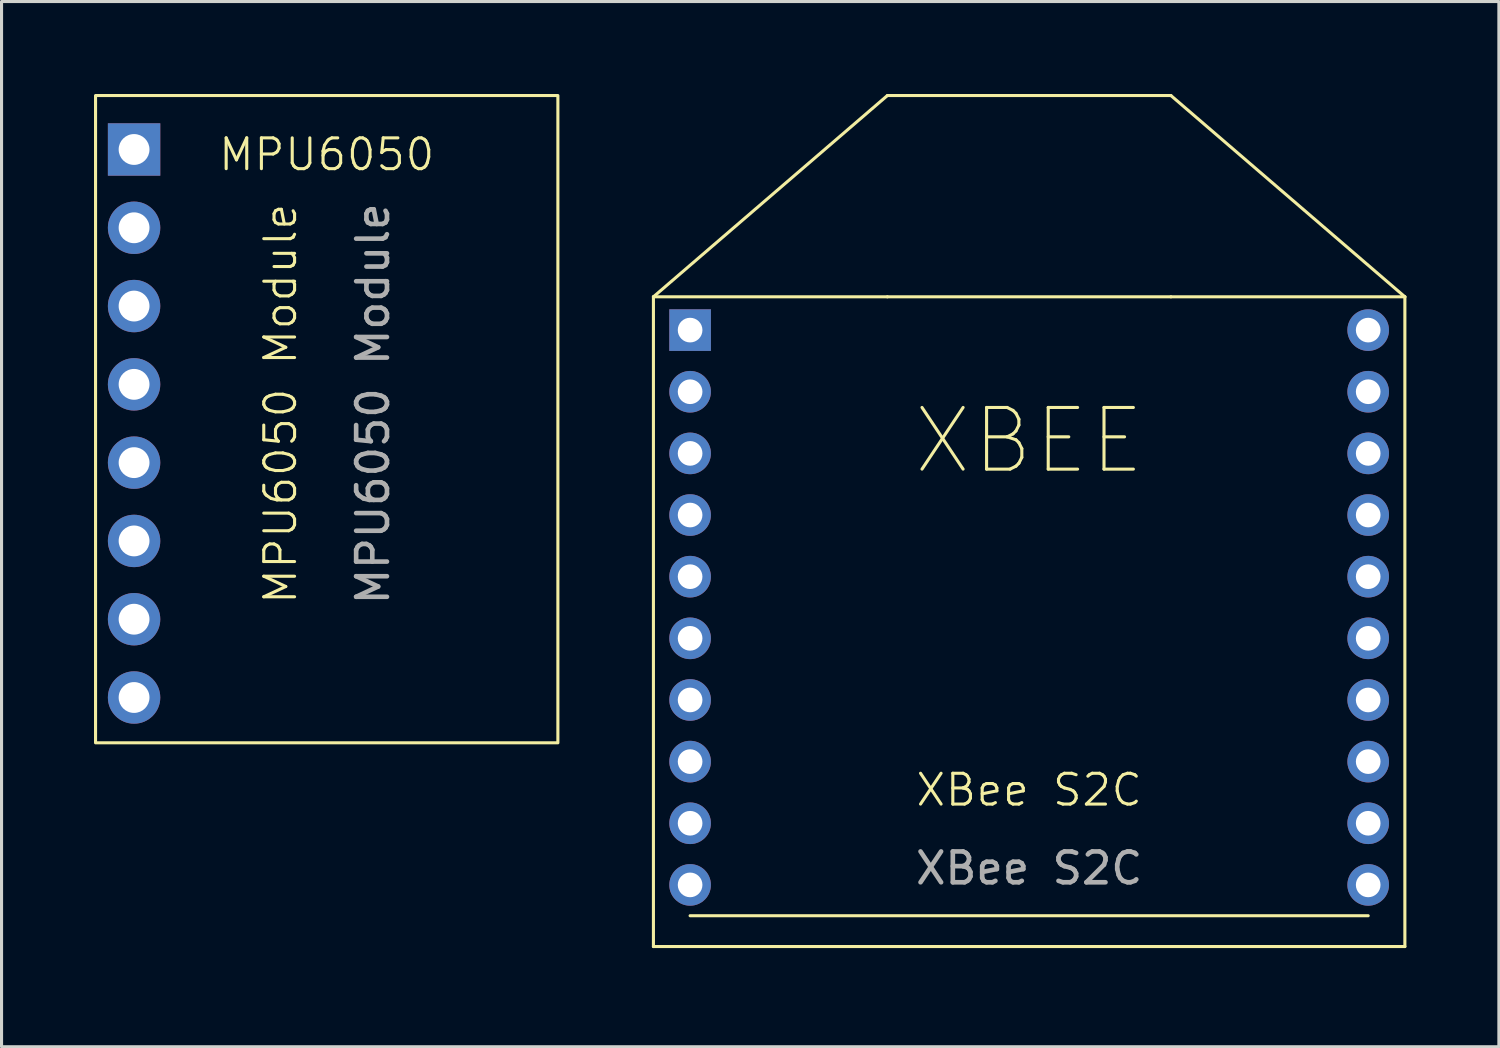
<source format=kicad_pcb>
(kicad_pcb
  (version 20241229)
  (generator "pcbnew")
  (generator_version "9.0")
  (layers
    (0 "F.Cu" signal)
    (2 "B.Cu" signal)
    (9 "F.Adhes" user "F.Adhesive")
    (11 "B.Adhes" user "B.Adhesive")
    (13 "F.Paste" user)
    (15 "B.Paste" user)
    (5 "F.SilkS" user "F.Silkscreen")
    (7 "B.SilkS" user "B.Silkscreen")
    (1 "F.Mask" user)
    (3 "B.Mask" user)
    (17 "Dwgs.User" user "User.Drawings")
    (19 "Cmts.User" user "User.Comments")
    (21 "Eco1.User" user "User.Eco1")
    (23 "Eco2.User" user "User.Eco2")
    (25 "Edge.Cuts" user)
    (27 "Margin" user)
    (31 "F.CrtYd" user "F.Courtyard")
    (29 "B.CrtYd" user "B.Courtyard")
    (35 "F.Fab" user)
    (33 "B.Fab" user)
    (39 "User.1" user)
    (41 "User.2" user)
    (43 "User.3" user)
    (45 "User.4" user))
  (footprint "XBee S2C"
    (layer "F.Cu")
    (at 30.34 27.66)
    (property "Reference" "XBee S2C" (at 0 -5.08 0) (unlocked yes) (layer "F.SilkS") (effects (font (size 1 1) (thickness 0.1))))
    (attr through_hole)
    (fp_line (start -12.19 -21.08) (end -4.6 -21.08) (stroke (width 0.1) (type default)) (layer "F.SilkS"))
    (fp_line (start -12.19 0) (end -12.19 -21.08) (stroke (width 0.1) (type default)) (layer "F.SilkS"))
    (fp_line (start -12.19 0) (end 12.19 0) (stroke (width 0.1) (type default)) (layer "F.SilkS"))
    (fp_line (start -11 -1) (end 11 -1) (stroke (width 0.1) (type default)) (layer "F.SilkS"))
    (fp_line (start -4.6 -27.61) (end -12.19 -21.08) (stroke (width 0.1) (type default)) (layer "F.SilkS"))
    (fp_line (start -4.6 -21.08) (end 4.6 -21.08) (stroke (width 0.1) (type default)) (layer "F.SilkS"))
    (fp_line (start 4.6 -27.61) (end -4.6 -27.61) (stroke (width 0.1) (type default)) (layer "F.SilkS"))
    (fp_line (start 4.6 -21.08) (end 12.19 -21.08) (stroke (width 0.1) (type default)) (layer "F.SilkS"))
    (fp_line (start 12.19 -21.08) (end 4.6 -27.61) (stroke (width 0.1) (type default)) (layer "F.SilkS"))
    (fp_line (start 12.19 0) (end 12.19 -21.08) (stroke (width 0.1) (type default)) (layer "F.SilkS"))
    (fp_text user "XBEE" (at 0 -15.24 0) (unlocked yes) (layer "F.SilkS") (effects (font (size 2 2) (thickness 0.1)) (justify bottom)))
    (fp_text user "${REFERENCE}" (at 0 -2.54 0) (unlocked yes) (layer "F.Fab") (effects (font (size 1 1) (thickness 0.15))))
    (pad "1" thru_hole rect (at -11 -20) (size 1.35 1.35) (drill 0.8) (layers "*.Cu" "*.Mask"))
    (pad "2" thru_hole oval (at -11 -18) (size 1.35 1.35) (drill 0.8) (layers "*.Cu" "*.Mask"))
    (pad "3" thru_hole oval (at -11 -16) (size 1.35 1.35) (drill 0.8) (layers "*.Cu" "*.Mask"))
    (pad "4" thru_hole oval (at -11 -14) (size 1.35 1.35) (drill 0.8) (layers "*.Cu" "*.Mask"))
    (pad "5" thru_hole oval (at -11 -12) (size 1.35 1.35) (drill 0.8) (layers "*.Cu" "*.Mask"))
    (pad "6" thru_hole oval (at -11 -10) (size 1.35 1.35) (drill 0.8) (layers "*.Cu" "*.Mask"))
    (pad "7" thru_hole oval (at -11 -8) (size 1.35 1.35) (drill 0.8) (layers "*.Cu" "*.Mask"))
    (pad "8" thru_hole oval (at -11 -6) (size 1.35 1.35) (drill 0.8) (layers "*.Cu" "*.Mask"))
    (pad "9" thru_hole oval (at -11 -4) (size 1.35 1.35) (drill 0.8) (layers "*.Cu" "*.Mask"))
    (pad "10" thru_hole oval (at -11 -2) (size 1.35 1.35) (drill 0.8) (layers "*.Cu" "*.Mask"))
    (pad "11" thru_hole oval (at 11 -2) (size 1.35 1.35) (drill 0.8) (layers "*.Cu" "*.Mask"))
    (pad "12" thru_hole oval (at 11 -4) (size 1.35 1.35) (drill 0.8) (layers "*.Cu" "*.Mask"))
    (pad "13" thru_hole oval (at 11 -6) (size 1.35 1.35) (drill 0.8) (layers "*.Cu" "*.Mask"))
    (pad "14" thru_hole oval (at 11 -8) (size 1.35 1.35) (drill 0.8) (layers "*.Cu" "*.Mask"))
    (pad "15" thru_hole oval (at 11 -10) (size 1.35 1.35) (drill 0.8) (layers "*.Cu" "*.Mask"))
    (pad "16" thru_hole oval (at 11 -12) (size 1.35 1.35) (drill 0.8) (layers "*.Cu" "*.Mask"))
    (pad "17" thru_hole oval (at 11 -14) (size 1.35 1.35) (drill 0.8) (layers "*.Cu" "*.Mask"))
    (pad "18" thru_hole oval (at 11 -16) (size 1.35 1.35) (drill 0.8) (layers "*.Cu" "*.Mask"))
    (pad "19" thru_hole oval (at 11 -18) (size 1.35 1.35) (drill 0.8) (layers "*.Cu" "*.Mask"))
    (pad "20" thru_hole oval (at 11 -20) (size 1.35 1.35) (drill 0.8) (layers "*.Cu" "*.Mask")))
  (footprint "MPU6050 Module"
    (layer "F.Cu")
    (at 7.55 21.05)
    (property "Reference" "MPU6050 Module" (at -1.5 -11 90) (unlocked yes) (layer "F.SilkS") (effects (font (size 1 1) (thickness 0.1))))
    (attr through_hole)
    (fp_rect (start -7.5 0) (end 7.5 -21) (stroke (width 0.1) (type default)) (fill no) (layer "F.SilkS"))
    (fp_text user "MPU6050" (at 0 -18.5 0) (unlocked yes) (layer "F.SilkS") (effects (font (size 1 1) (thickness 0.1)) (justify bottom)))
    (fp_text user "${REFERENCE}" (at 1.5 -11 90) (unlocked yes) (layer "F.Fab") (effects (font (size 1 1) (thickness 0.15))))
    (pad "1" thru_hole rect (at -6.25 -19.25) (size 1.7 1.7) (drill 1) (layers "*.Cu" "*.Mask"))
    (pad "2" thru_hole oval (at -6.25 -16.71) (size 1.7 1.7) (drill 1) (layers "*.Cu" "*.Mask"))
    (pad "3" thru_hole oval (at -6.25 -14.17) (size 1.7 1.7) (drill 1) (layers "*.Cu" "*.Mask"))
    (pad "4" thru_hole oval (at -6.25 -11.63) (size 1.7 1.7) (drill 1) (layers "*.Cu" "*.Mask"))
    (pad "5" thru_hole oval (at -6.25 -9.09) (size 1.7 1.7) (drill 1) (layers "*.Cu" "*.Mask"))
    (pad "6" thru_hole oval (at -6.25 -6.55) (size 1.7 1.7) (drill 1) (layers "*.Cu" "*.Mask"))
    (pad "7" thru_hole oval (at -6.25 -4.01) (size 1.7 1.7) (drill 1) (layers "*.Cu" "*.Mask"))
    (pad "8" thru_hole oval (at -6.25 -1.47) (size 1.7 1.7) (drill 1) (layers "*.Cu" "*.Mask")))
  (gr_rect
    (start -3 -3)
    (end 45.58 30.91)
    (stroke (width 0.1) (type default))
    (fill no)
    (layer "Edge.Cuts")))
</source>
